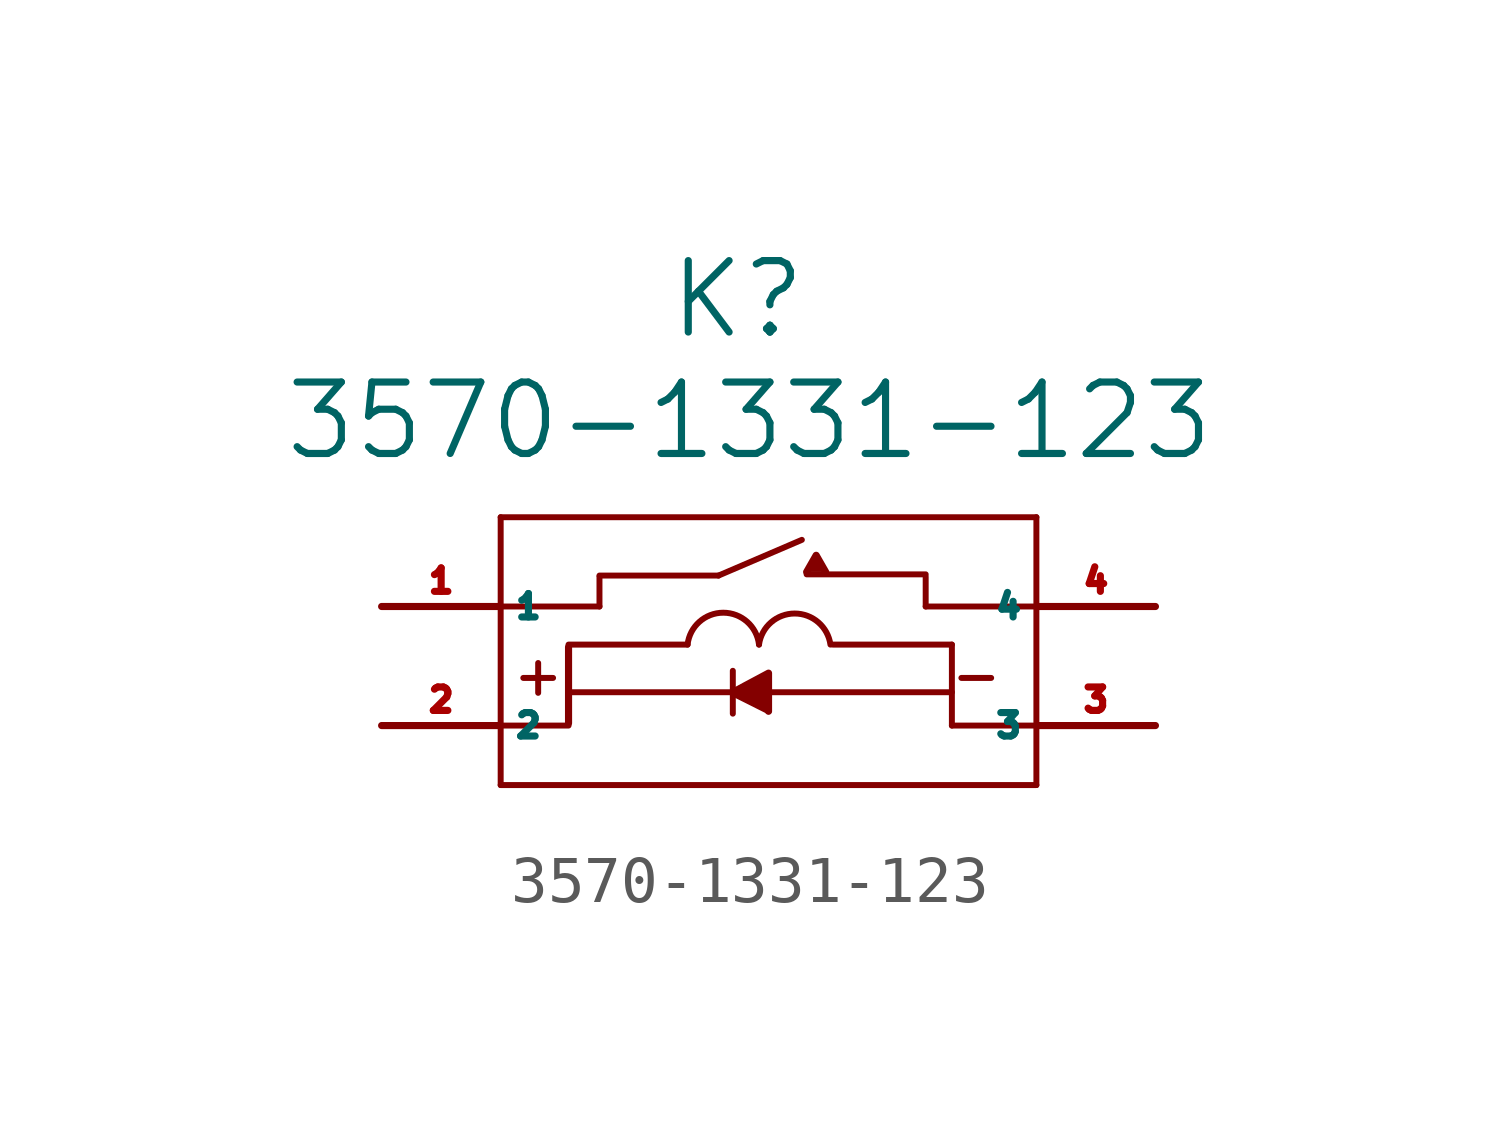
<source format=kicad_sym>
(kicad_symbol_lib
  (version 20220914)
  (generator kicad_symbol_editor)
  (symbol "3570-1331-123"
    (pin_names
      (offset 0.254))
    (property "Reference" "K"
      (at 19.66 2.743 0)
      (effects (font (size 1.524 1.524))))
    (property "Value" "3570-1331-123"
      (at 19.914 0.152 0)
      (effects (font (size 1.524 1.524))))
    (property "ki_locked" ""
      (at 0 0 0)
      (effects (font (size 1.27 1.27))))
    (symbol "3570-1331-123_0_1"
      (polyline (pts (xy 14.605 -3.81) (xy 16.713 -3.81)) (stroke (width 0.127) (type default)) (fill (type none)))
      (polyline (pts (xy 14.605 -1.905) (xy 14.605 -7.62)) (stroke (width 0.127) (type default)) (fill (type none)))
      (polyline (pts (xy 15.088 -5.334) (xy 15.723 -5.334)) (stroke (width 0.127) (type default)) (fill (type none)))
      (polyline (pts (xy 15.405 -5.016) (xy 15.405 -5.652)) (stroke (width 0.127) (type default)) (fill (type none)))
      (polyline (pts (xy 16.053 -6.35) (xy 14.605 -6.35)) (stroke (width 0.127) (type default)) (fill (type none)))
      (polyline (pts (xy 16.053 -5.639) (xy 24.232 -5.639)) (stroke (width 0.127) (type default)) (fill (type none)))
      (polyline (pts (xy 16.053 -4.623) (xy 18.593 -4.623)) (stroke (width 0.127) (type default)) (fill (type none)))
      (polyline (pts (xy 16.713 -3.81) (xy 16.713 -3.175)) (stroke (width 0.127) (type default)) (fill (type none)))
      (polyline (pts (xy 16.713 -3.15) (xy 19.253 -3.15)) (stroke (width 0.127) (type default)) (fill (type none)))
      (polyline (pts (xy 19.253 -3.15) (xy 21.031 -2.388)) (stroke (width 0.127) (type default)) (fill (type none)))
      (polyline (pts (xy 19.558 -5.182) (xy 19.558 -6.096)) (stroke (width 0.127) (type default)) (fill (type none)))
      (polyline (pts (xy 20.32 -6.045) (xy 19.558 -5.664)) (stroke (width 0.127) (type default)) (fill (type none)))
      (polyline (pts (xy 21.133 -3.124) (xy 23.673 -3.124)) (stroke (width 0.127) (type default)) (fill (type none)))
      (polyline (pts (xy 23.673 -3.81) (xy 23.673 -3.175)) (stroke (width 0.127) (type default)) (fill (type none)))
      (polyline (pts (xy 23.673 -3.81) (xy 26.035 -3.81)) (stroke (width 0.127) (type default)) (fill (type none)))
      (polyline (pts (xy 24.232 -6.35) (xy 26.035 -6.35)) (stroke (width 0.127) (type default)) (fill (type none)))
      (polyline (pts (xy 24.232 -4.623) (xy 21.692 -4.623)) (stroke (width 0.127) (type default)) (fill (type none)))
      (polyline (pts (xy 24.232 -4.623) (xy 24.232 -6.35)) (stroke (width 0.127) (type default)) (fill (type none)))
      (polyline (pts (xy 24.435 -5.334) (xy 25.07 -5.334)) (stroke (width 0.127) (type default)) (fill (type none)))
      (polyline (pts (xy 26.035 -7.62) (xy 26.035 -1.905)) (stroke (width 0.127) (type default)) (fill (type none)))
      (polyline (pts (xy 26.035 -1.905) (xy 14.605 -1.905)) (stroke (width 0.127) (type default)) (fill (type none)))
      (polyline (pts (xy 19.558 -5.639) (xy 20.32 -5.232) (xy 20.32 -6.045)) (stroke (width 0) (type default)) (fill (type outline)))
      (polyline (pts (xy 21.133 -3.073) (xy 21.336 -2.718) (xy 21.539 -3.073)) (stroke (width 0) (type default)) (fill (type outline)))
      (arc (start 20.1168 -4.6228) (mid 19.3548 -3.9425) (end 18.5928 -4.6228) (stroke (width 0.127) (type default)) (fill (type none)))
      (arc (start 21.6408 -4.6228) (mid 20.8788 -3.9599) (end 20.1168 -4.6228) (stroke (width 0.127) (type default)) (fill (type none))))
    (symbol "3570-1331-123_1_1"
      (polyline (pts (xy 14.605 -7.62) (xy 26.035 -7.62)) (stroke (width 0.127) (type default)) (fill (type none)))
      (polyline (pts (xy 16.053 -6.299) (xy 16.053 -4.674)) (stroke (width 0) (type default)) (fill (type none)))
      (pin unspecified line (at 12.065 -3.81 0) (length 2.54) (name "1" (effects (font (size 0.5 0.5)))) (number "1" (effects (font (size 0.5 0.5)))))
      (pin unspecified line (at 12.065 -6.35 0) (length 2.54) (name "2" (effects (font (size 0.5 0.5)))) (number "2" (effects (font (size 0.5 0.5)))))
      (pin unspecified line (at 28.575 -6.35 180) (length 2.54) (name "3" (effects (font (size 0.5 0.5)))) (number "3" (effects (font (size 0.5 0.5)))))
      (pin unspecified line (at 28.575 -3.81 180) (length 2.54) (name "4" (effects (font (size 0.5 0.5)))) (number "4" (effects (font (size 0.5 0.5))))))))
</source>
